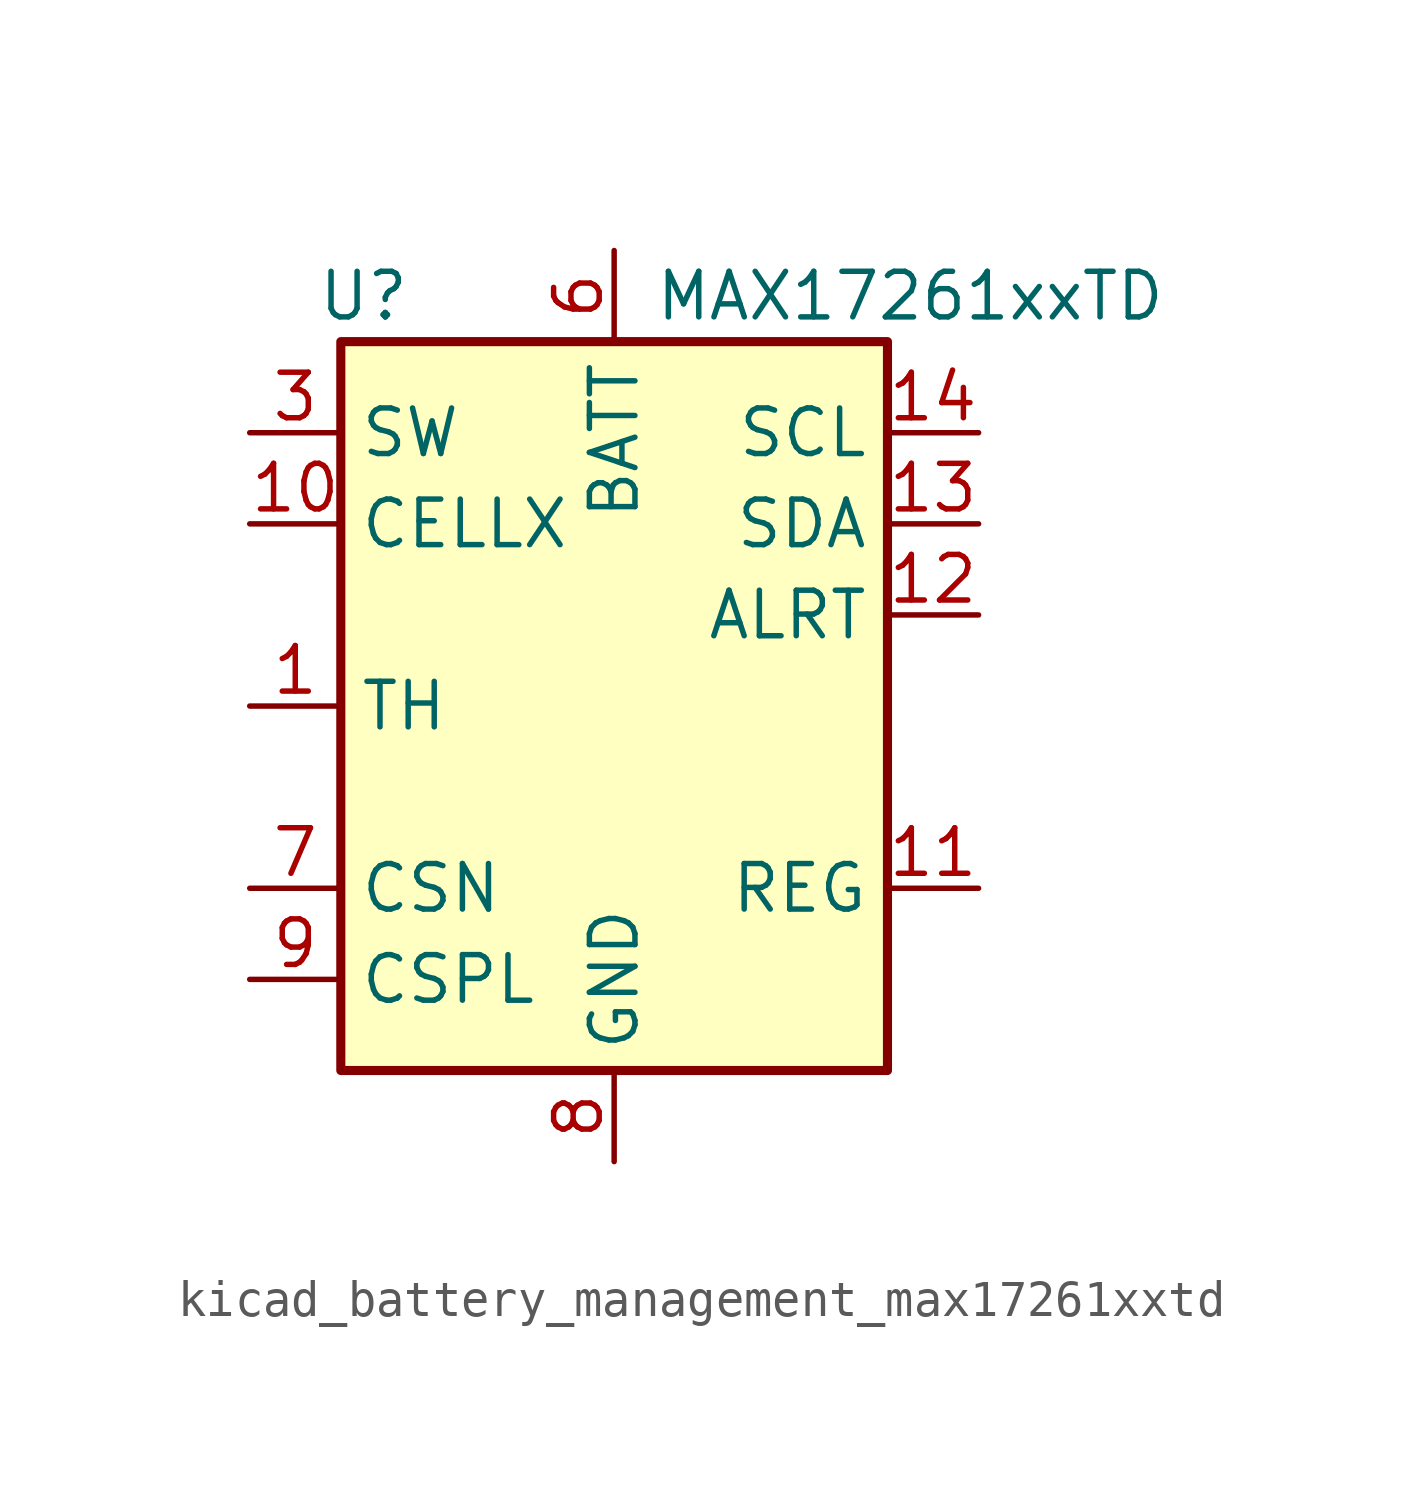
<source format=kicad_sym>
(kicad_symbol_lib
  (version 20220914)
  (generator kicad_symbol_editor)
  (symbol "kicad_battery_management_max17261xxtd"
    (property "Reference" "U"
      (at -6.985 11.43 0)
      (effects (font (size 1.27 1.27))))
    (property "Value" "MAX17261xxTD"
      (at 8.255 11.43 0)
      (effects (font (size 1.27 1.27))))
    (symbol "kicad_battery_management_max17261xxtd_0_1"
      (rectangle (start -7.62 10.16) (end 7.62 -10.16) (stroke (width 0.254) (type default)) (fill (type background))))
    (symbol "kicad_battery_management_max17261xxtd_1_1"
      (pin passive line (at -10.16 0 0) (length 2.54) (name "TH" (effects (font (size 1.27 1.27)))) (number "1" (effects (font (size 1.27 1.27)))))
      (pin input line (at -10.16 5.08 0) (length 2.54) (name "CELLX" (effects (font (size 1.27 1.27)))) (number "10" (effects (font (size 1.27 1.27)))))
      (pin power_out line (at 10.16 -5.08 180) (length 2.54) (name "REG" (effects (font (size 1.27 1.27)))) (number "11" (effects (font (size 1.27 1.27)))))
      (pin open_collector line (at 10.16 2.54 180) (length 2.54) (name "ALRT" (effects (font (size 1.27 1.27)))) (number "12" (effects (font (size 1.27 1.27)))))
      (pin bidirectional line (at 10.16 5.08 180) (length 2.54) (name "SDA" (effects (font (size 1.27 1.27)))) (number "13" (effects (font (size 1.27 1.27)))))
      (pin input line (at 10.16 7.62 180) (length 2.54) (name "SCL" (effects (font (size 1.27 1.27)))) (number "14" (effects (font (size 1.27 1.27)))))
      (pin passive line (at 0 -12.7 90) (length 2.54) hide (name "GND" (effects (font (size 1.27 1.27)))) (number "15" (effects (font (size 1.27 1.27)))))
      (pin no_connect line (at 2.54 -10.16 90) (length 2.54) hide (name "NC" (effects (font (size 1.27 1.27)))) (number "2" (effects (font (size 1.27 1.27)))))
      (pin output line (at -10.16 7.62 0) (length 2.54) (name "SW" (effects (font (size 1.27 1.27)))) (number "3" (effects (font (size 1.27 1.27)))))
      (pin no_connect line (at -2.54 -10.16 90) (length 2.54) hide (name "NC" (effects (font (size 1.27 1.27)))) (number "4" (effects (font (size 1.27 1.27)))))
      (pin no_connect line (at 5.08 -10.16 90) (length 2.54) hide (name "NC" (effects (font (size 1.27 1.27)))) (number "5" (effects (font (size 1.27 1.27)))))
      (pin power_in line (at 0 12.7 270) (length 2.54) (name "BATT" (effects (font (size 1.27 1.27)))) (number "6" (effects (font (size 1.27 1.27)))))
      (pin passive line (at -10.16 -5.08 0) (length 2.54) (name "CSN" (effects (font (size 1.27 1.27)))) (number "7" (effects (font (size 1.27 1.27)))))
      (pin power_in line (at 0 -12.7 90) (length 2.54) (name "GND" (effects (font (size 1.27 1.27)))) (number "8" (effects (font (size 1.27 1.27)))))
      (pin passive line (at -10.16 -7.62 0) (length 2.54) (name "CSPL" (effects (font (size 1.27 1.27)))) (number "9" (effects (font (size 1.27 1.27))))))))
</source>
